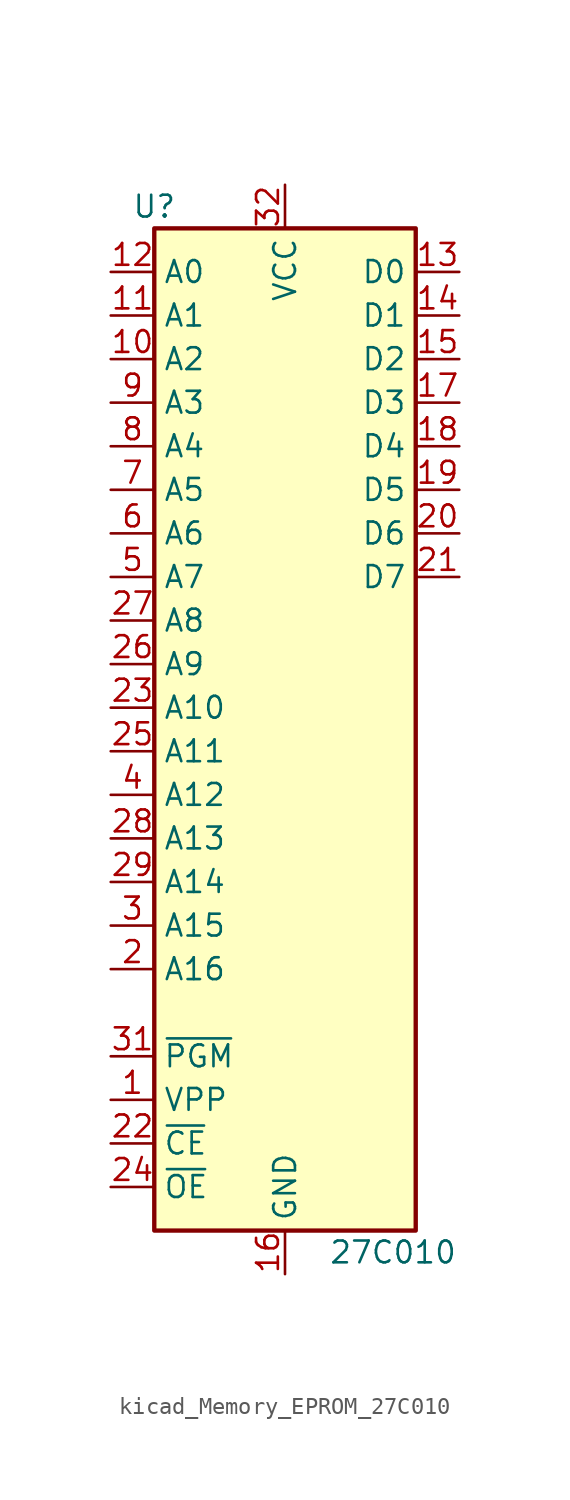
<source format=kicad_sym>
(kicad_symbol_lib
  (version 20220914)
  (generator kicad_symbol_editor)
  (symbol "kicad_Memory_EPROM_27C010"
    (property "Reference" "U"
      (at -7.62 29.21 0)
      (effects (font (size 1.27 1.27))))
    (property "Value" "27C010"
      (at 2.54 -31.75 0)
      (effects (font (size 1.27 1.27)) (justify left)))
    (symbol "kicad_Memory_EPROM_27C010_1_1"
      (rectangle (start -7.62 27.94) (end 7.62 -30.48) (stroke (width 0.254) (type default)) (fill (type background)))
      (pin input line (at -10.16 -22.86 0) (length 2.54) (name "VPP" (effects (font (size 1.27 1.27)))) (number "1" (effects (font (size 1.27 1.27)))))
      (pin input line (at -10.16 20.32 0) (length 2.54) (name "A2" (effects (font (size 1.27 1.27)))) (number "10" (effects (font (size 1.27 1.27)))))
      (pin input line (at -10.16 22.86 0) (length 2.54) (name "A1" (effects (font (size 1.27 1.27)))) (number "11" (effects (font (size 1.27 1.27)))))
      (pin input line (at -10.16 25.4 0) (length 2.54) (name "A0" (effects (font (size 1.27 1.27)))) (number "12" (effects (font (size 1.27 1.27)))))
      (pin tri_state line (at 10.16 25.4 180) (length 2.54) (name "D0" (effects (font (size 1.27 1.27)))) (number "13" (effects (font (size 1.27 1.27)))))
      (pin tri_state line (at 10.16 22.86 180) (length 2.54) (name "D1" (effects (font (size 1.27 1.27)))) (number "14" (effects (font (size 1.27 1.27)))))
      (pin tri_state line (at 10.16 20.32 180) (length 2.54) (name "D2" (effects (font (size 1.27 1.27)))) (number "15" (effects (font (size 1.27 1.27)))))
      (pin power_in line (at 0 -33.02 90) (length 2.54) (name "GND" (effects (font (size 1.27 1.27)))) (number "16" (effects (font (size 1.27 1.27)))))
      (pin tri_state line (at 10.16 17.78 180) (length 2.54) (name "D3" (effects (font (size 1.27 1.27)))) (number "17" (effects (font (size 1.27 1.27)))))
      (pin tri_state line (at 10.16 15.24 180) (length 2.54) (name "D4" (effects (font (size 1.27 1.27)))) (number "18" (effects (font (size 1.27 1.27)))))
      (pin tri_state line (at 10.16 12.7 180) (length 2.54) (name "D5" (effects (font (size 1.27 1.27)))) (number "19" (effects (font (size 1.27 1.27)))))
      (pin input line (at -10.16 -15.24 0) (length 2.54) (name "A16" (effects (font (size 1.27 1.27)))) (number "2" (effects (font (size 1.27 1.27)))))
      (pin tri_state line (at 10.16 10.16 180) (length 2.54) (name "D6" (effects (font (size 1.27 1.27)))) (number "20" (effects (font (size 1.27 1.27)))))
      (pin tri_state line (at 10.16 7.62 180) (length 2.54) (name "D7" (effects (font (size 1.27 1.27)))) (number "21" (effects (font (size 1.27 1.27)))))
      (pin input line (at -10.16 -25.4 0) (length 2.54) (name "~{CE}" (effects (font (size 1.27 1.27)))) (number "22" (effects (font (size 1.27 1.27)))))
      (pin input line (at -10.16 0 0) (length 2.54) (name "A10" (effects (font (size 1.27 1.27)))) (number "23" (effects (font (size 1.27 1.27)))))
      (pin input line (at -10.16 -27.94 0) (length 2.54) (name "~{OE}" (effects (font (size 1.27 1.27)))) (number "24" (effects (font (size 1.27 1.27)))))
      (pin input line (at -10.16 -2.54 0) (length 2.54) (name "A11" (effects (font (size 1.27 1.27)))) (number "25" (effects (font (size 1.27 1.27)))))
      (pin input line (at -10.16 2.54 0) (length 2.54) (name "A9" (effects (font (size 1.27 1.27)))) (number "26" (effects (font (size 1.27 1.27)))))
      (pin input line (at -10.16 5.08 0) (length 2.54) (name "A8" (effects (font (size 1.27 1.27)))) (number "27" (effects (font (size 1.27 1.27)))))
      (pin input line (at -10.16 -7.62 0) (length 2.54) (name "A13" (effects (font (size 1.27 1.27)))) (number "28" (effects (font (size 1.27 1.27)))))
      (pin input line (at -10.16 -10.16 0) (length 2.54) (name "A14" (effects (font (size 1.27 1.27)))) (number "29" (effects (font (size 1.27 1.27)))))
      (pin input line (at -10.16 -12.7 0) (length 2.54) (name "A15" (effects (font (size 1.27 1.27)))) (number "3" (effects (font (size 1.27 1.27)))))
      (pin input line (at -10.16 -20.32 0) (length 2.54) (name "~{PGM}" (effects (font (size 1.27 1.27)))) (number "31" (effects (font (size 1.27 1.27)))))
      (pin power_in line (at 0 30.48 270) (length 2.54) (name "VCC" (effects (font (size 1.27 1.27)))) (number "32" (effects (font (size 1.27 1.27)))))
      (pin input line (at -10.16 -5.08 0) (length 2.54) (name "A12" (effects (font (size 1.27 1.27)))) (number "4" (effects (font (size 1.27 1.27)))))
      (pin input line (at -10.16 7.62 0) (length 2.54) (name "A7" (effects (font (size 1.27 1.27)))) (number "5" (effects (font (size 1.27 1.27)))))
      (pin input line (at -10.16 10.16 0) (length 2.54) (name "A6" (effects (font (size 1.27 1.27)))) (number "6" (effects (font (size 1.27 1.27)))))
      (pin input line (at -10.16 12.7 0) (length 2.54) (name "A5" (effects (font (size 1.27 1.27)))) (number "7" (effects (font (size 1.27 1.27)))))
      (pin input line (at -10.16 15.24 0) (length 2.54) (name "A4" (effects (font (size 1.27 1.27)))) (number "8" (effects (font (size 1.27 1.27)))))
      (pin input line (at -10.16 17.78 0) (length 2.54) (name "A3" (effects (font (size 1.27 1.27)))) (number "9" (effects (font (size 1.27 1.27))))))))
</source>
